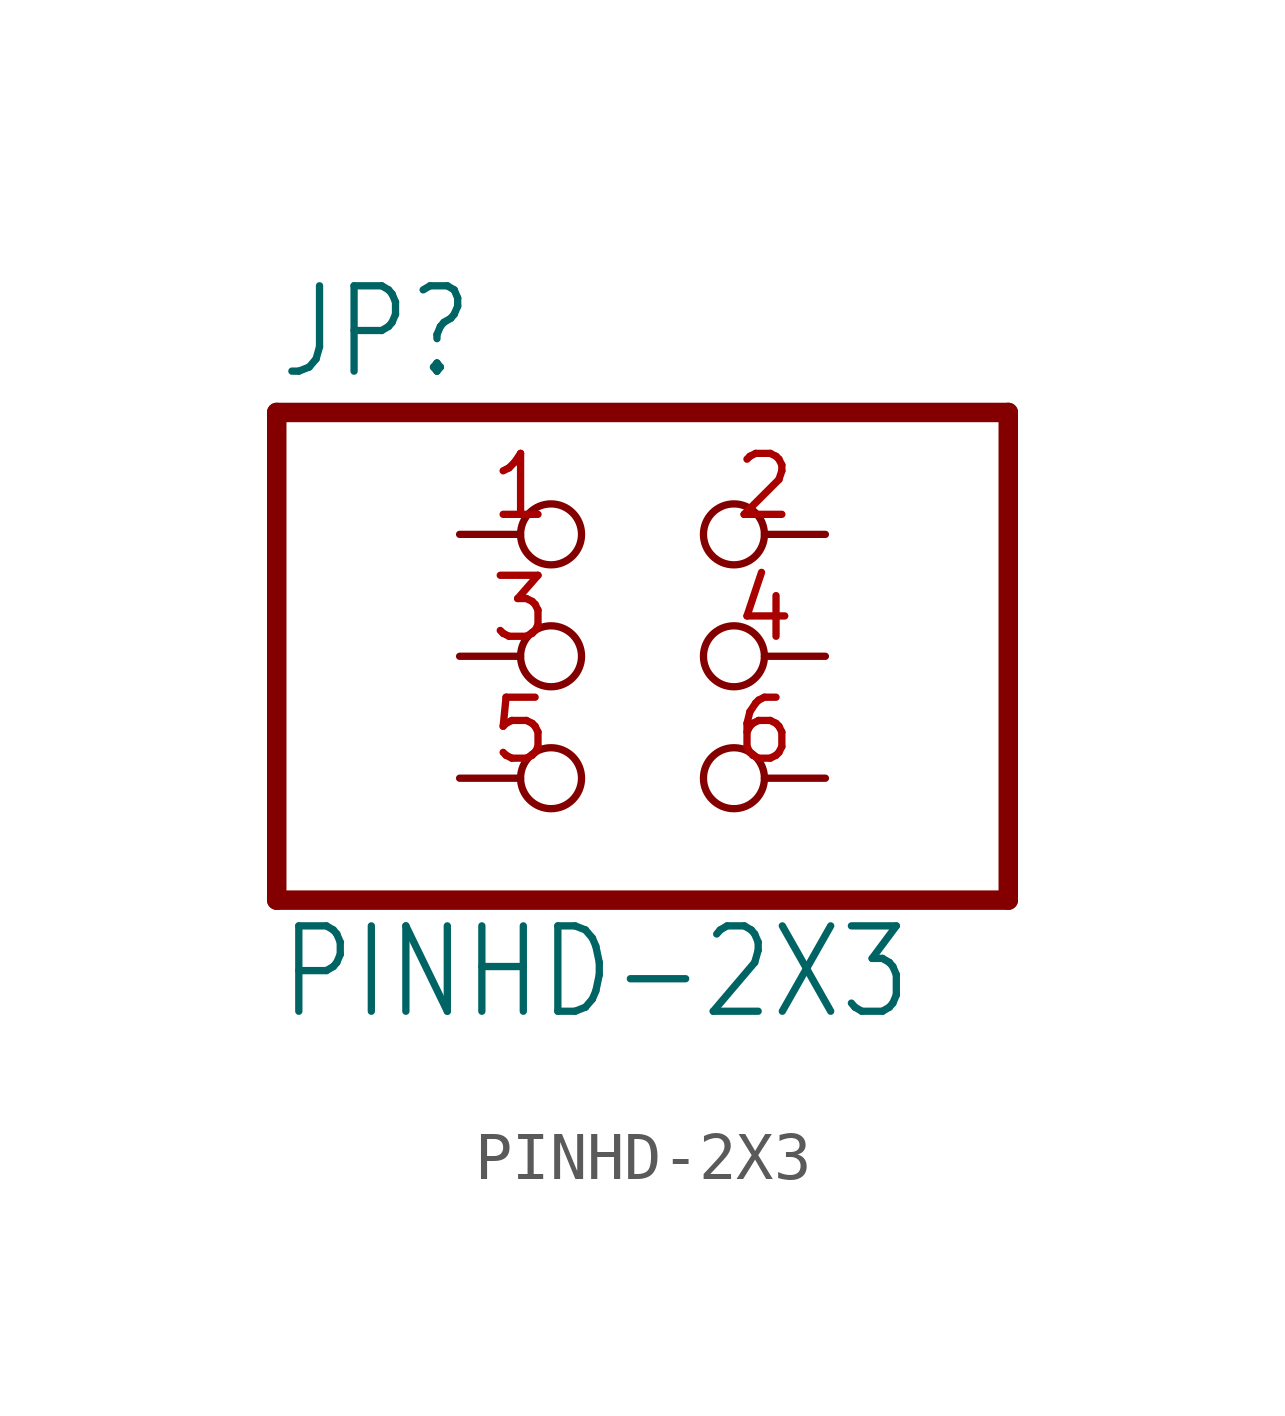
<source format=kicad_sym>
(kicad_symbol_lib
  (version 20211014)
  (generator kicad_symbol_editor)
  (symbol "PINHD-2X3"
    (property "Reference" "JP"
      (at -6.35 5.715 0)
      (effects (font (size 1.778 1.511)) (justify left bottom)))
    (property "Value" "PINHD-2X3"
      (at -6.35 -7.62 0)
      (effects (font (size 1.778 1.511)) (justify left bottom)))
    (property "ki_locked" ""
      (at 0 0 0)
      (effects (font (size 1.27 1.27))))
    (symbol "PINHD-2X3_1_0"
      (polyline (pts (xy -6.35 -5.08) (xy 8.89 -5.08)) (stroke (width 0.406) (type default)) (fill (type none)))
      (polyline (pts (xy -6.35 5.08) (xy -6.35 -5.08)) (stroke (width 0.406) (type default)) (fill (type none)))
      (polyline (pts (xy 8.89 -5.08) (xy 8.89 5.08)) (stroke (width 0.406) (type default)) (fill (type none)))
      (polyline (pts (xy 8.89 5.08) (xy -6.35 5.08)) (stroke (width 0.406) (type default)) (fill (type none)))
      (pin passive inverted (at -2.54 2.54 0) (length 2.54) (name "1" (effects (font (size 0 0)))) (number "1" (effects (font (size 1.27 1.27)))))
      (pin passive inverted (at 5.08 2.54 180) (length 2.54) (name "2" (effects (font (size 0 0)))) (number "2" (effects (font (size 1.27 1.27)))))
      (pin passive inverted (at -2.54 0 0) (length 2.54) (name "3" (effects (font (size 0 0)))) (number "3" (effects (font (size 1.27 1.27)))))
      (pin passive inverted (at 5.08 0 180) (length 2.54) (name "4" (effects (font (size 0 0)))) (number "4" (effects (font (size 1.27 1.27)))))
      (pin passive inverted (at -2.54 -2.54 0) (length 2.54) (name "5" (effects (font (size 0 0)))) (number "5" (effects (font (size 1.27 1.27)))))
      (pin passive inverted (at 5.08 -2.54 180) (length 2.54) (name "6" (effects (font (size 0 0)))) (number "6" (effects (font (size 1.27 1.27))))))))
</source>
